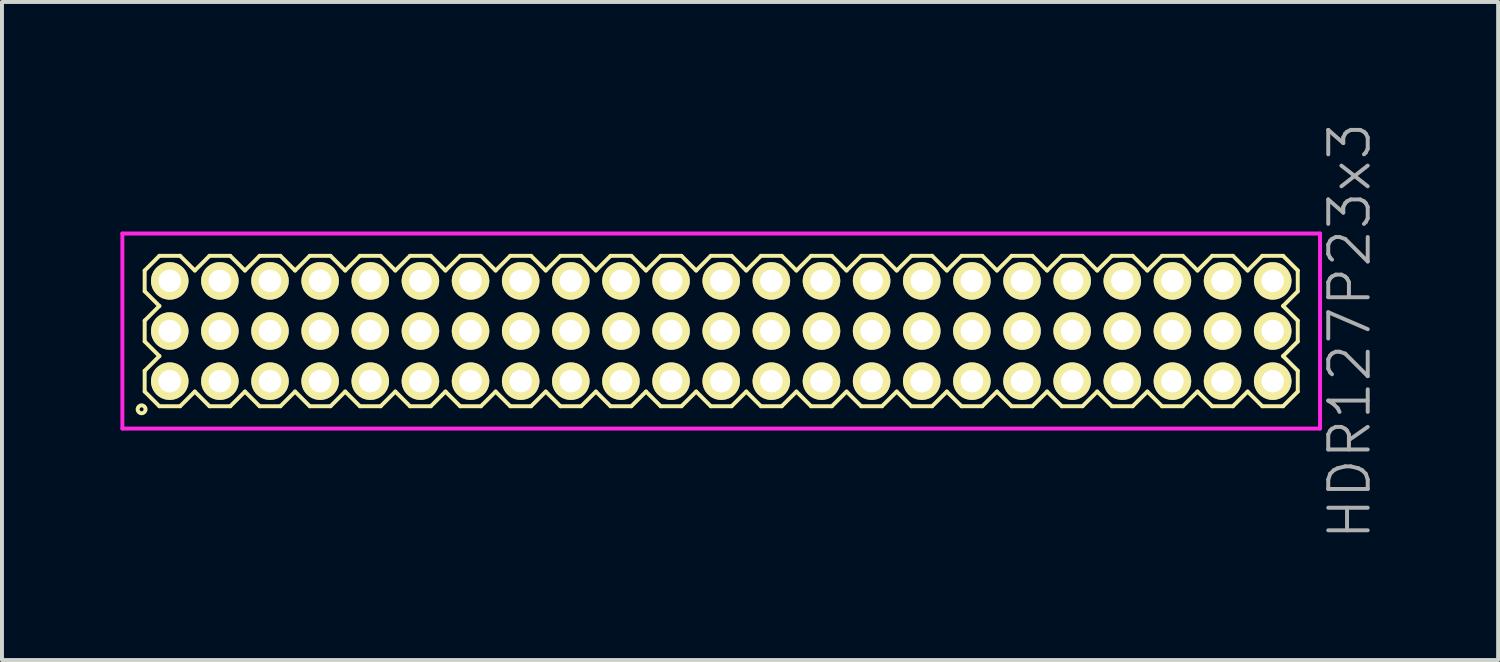
<source format=kicad_pcb>
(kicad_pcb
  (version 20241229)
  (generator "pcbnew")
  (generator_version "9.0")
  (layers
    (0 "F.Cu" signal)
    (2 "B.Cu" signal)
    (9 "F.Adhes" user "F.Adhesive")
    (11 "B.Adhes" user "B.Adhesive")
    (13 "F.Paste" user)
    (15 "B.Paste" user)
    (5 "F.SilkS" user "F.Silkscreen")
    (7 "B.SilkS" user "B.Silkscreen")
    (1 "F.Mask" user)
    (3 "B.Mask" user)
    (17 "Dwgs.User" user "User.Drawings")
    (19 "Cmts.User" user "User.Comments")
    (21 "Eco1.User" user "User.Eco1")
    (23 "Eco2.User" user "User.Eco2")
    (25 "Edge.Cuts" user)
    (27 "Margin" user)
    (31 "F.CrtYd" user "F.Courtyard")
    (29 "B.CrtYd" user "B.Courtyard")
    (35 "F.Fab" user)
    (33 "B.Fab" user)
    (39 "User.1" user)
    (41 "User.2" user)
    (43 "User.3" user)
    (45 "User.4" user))
  (footprint "HDR127P23x3"
    (layer "F.Cu")
    (at 15.22 5.336)
    (property "Reference" "HDR127P23x3" (at 15.92 0 90) (layer "F.Fab") (effects (font (size 1 1) (thickness 0.1))))
    (attr through_hole)
    (fp_line (start -14.605 -1.533) (end -14.233 -1.905) (stroke (width 0.1) (type solid)) (layer "F.SilkS"))
    (fp_line (start -14.605 -1.007) (end -14.605 -1.533) (stroke (width 0.1) (type solid)) (layer "F.SilkS"))
    (fp_line (start -14.605 -0.263) (end -14.233 -0.635) (stroke (width 0.1) (type solid)) (layer "F.SilkS"))
    (fp_line (start -14.605 0.263) (end -14.605 -0.263) (stroke (width 0.1) (type solid)) (layer "F.SilkS"))
    (fp_line (start -14.605 1.007) (end -14.233 0.635) (stroke (width 0.1) (type solid)) (layer "F.SilkS"))
    (fp_line (start -14.605 1.533) (end -14.605 1.007) (stroke (width 0.1) (type solid)) (layer "F.SilkS"))
    (fp_line (start -14.233 -1.905) (end -13.707 -1.905) (stroke (width 0.1) (type solid)) (layer "F.SilkS"))
    (fp_line (start -14.233 -0.635) (end -14.605 -1.007) (stroke (width 0.1) (type solid)) (layer "F.SilkS"))
    (fp_line (start -14.233 0.635) (end -14.605 0.263) (stroke (width 0.1) (type solid)) (layer "F.SilkS"))
    (fp_line (start -14.233 1.905) (end -14.605 1.533) (stroke (width 0.1) (type solid)) (layer "F.SilkS"))
    (fp_line (start -13.707 -1.905) (end -13.335 -1.533) (stroke (width 0.1) (type solid)) (layer "F.SilkS"))
    (fp_line (start -13.707 1.905) (end -14.233 1.905) (stroke (width 0.1) (type solid)) (layer "F.SilkS"))
    (fp_line (start -13.335 -1.533) (end -12.963 -1.905) (stroke (width 0.1) (type solid)) (layer "F.SilkS"))
    (fp_line (start -13.335 1.533) (end -13.707 1.905) (stroke (width 0.1) (type solid)) (layer "F.SilkS"))
    (fp_line (start -12.963 -1.905) (end -12.437 -1.905) (stroke (width 0.1) (type solid)) (layer "F.SilkS"))
    (fp_line (start -12.963 1.905) (end -13.335 1.533) (stroke (width 0.1) (type solid)) (layer "F.SilkS"))
    (fp_line (start -12.437 -1.905) (end -12.065 -1.533) (stroke (width 0.1) (type solid)) (layer "F.SilkS"))
    (fp_line (start -12.437 1.905) (end -12.963 1.905) (stroke (width 0.1) (type solid)) (layer "F.SilkS"))
    (fp_line (start -12.065 -1.533) (end -11.693 -1.905) (stroke (width 0.1) (type solid)) (layer "F.SilkS"))
    (fp_line (start -12.065 1.533) (end -12.437 1.905) (stroke (width 0.1) (type solid)) (layer "F.SilkS"))
    (fp_line (start -11.693 -1.905) (end -11.167 -1.905) (stroke (width 0.1) (type solid)) (layer "F.SilkS"))
    (fp_line (start -11.693 1.905) (end -12.065 1.533) (stroke (width 0.1) (type solid)) (layer "F.SilkS"))
    (fp_line (start -11.167 -1.905) (end -10.795 -1.533) (stroke (width 0.1) (type solid)) (layer "F.SilkS"))
    (fp_line (start -11.167 1.905) (end -11.693 1.905) (stroke (width 0.1) (type solid)) (layer "F.SilkS"))
    (fp_line (start -10.795 -1.533) (end -10.423 -1.905) (stroke (width 0.1) (type solid)) (layer "F.SilkS"))
    (fp_line (start -10.795 1.533) (end -11.167 1.905) (stroke (width 0.1) (type solid)) (layer "F.SilkS"))
    (fp_line (start -10.423 -1.905) (end -9.897 -1.905) (stroke (width 0.1) (type solid)) (layer "F.SilkS"))
    (fp_line (start -10.423 1.905) (end -10.795 1.533) (stroke (width 0.1) (type solid)) (layer "F.SilkS"))
    (fp_line (start -9.897 -1.905) (end -9.525 -1.533) (stroke (width 0.1) (type solid)) (layer "F.SilkS"))
    (fp_line (start -9.897 1.905) (end -10.423 1.905) (stroke (width 0.1) (type solid)) (layer "F.SilkS"))
    (fp_line (start -9.525 -1.533) (end -9.153 -1.905) (stroke (width 0.1) (type solid)) (layer "F.SilkS"))
    (fp_line (start -9.525 1.533) (end -9.897 1.905) (stroke (width 0.1) (type solid)) (layer "F.SilkS"))
    (fp_line (start -9.153 -1.905) (end -8.627 -1.905) (stroke (width 0.1) (type solid)) (layer "F.SilkS"))
    (fp_line (start -9.153 1.905) (end -9.525 1.533) (stroke (width 0.1) (type solid)) (layer "F.SilkS"))
    (fp_line (start -8.627 -1.905) (end -8.255 -1.533) (stroke (width 0.1) (type solid)) (layer "F.SilkS"))
    (fp_line (start -8.627 1.905) (end -9.153 1.905) (stroke (width 0.1) (type solid)) (layer "F.SilkS"))
    (fp_line (start -8.255 -1.533) (end -7.883 -1.905) (stroke (width 0.1) (type solid)) (layer "F.SilkS"))
    (fp_line (start -8.255 1.533) (end -8.627 1.905) (stroke (width 0.1) (type solid)) (layer "F.SilkS"))
    (fp_line (start -7.883 -1.905) (end -7.357 -1.905) (stroke (width 0.1) (type solid)) (layer "F.SilkS"))
    (fp_line (start -7.883 1.905) (end -8.255 1.533) (stroke (width 0.1) (type solid)) (layer "F.SilkS"))
    (fp_line (start -7.357 -1.905) (end -6.985 -1.533) (stroke (width 0.1) (type solid)) (layer "F.SilkS"))
    (fp_line (start -7.357 1.905) (end -7.883 1.905) (stroke (width 0.1) (type solid)) (layer "F.SilkS"))
    (fp_line (start -6.985 -1.533) (end -6.613 -1.905) (stroke (width 0.1) (type solid)) (layer "F.SilkS"))
    (fp_line (start -6.985 1.533) (end -7.357 1.905) (stroke (width 0.1) (type solid)) (layer "F.SilkS"))
    (fp_line (start -6.613 -1.905) (end -6.087 -1.905) (stroke (width 0.1) (type solid)) (layer "F.SilkS"))
    (fp_line (start -6.613 1.905) (end -6.985 1.533) (stroke (width 0.1) (type solid)) (layer "F.SilkS"))
    (fp_line (start -6.087 -1.905) (end -5.715 -1.533) (stroke (width 0.1) (type solid)) (layer "F.SilkS"))
    (fp_line (start -6.087 1.905) (end -6.613 1.905) (stroke (width 0.1) (type solid)) (layer "F.SilkS"))
    (fp_line (start -5.715 -1.533) (end -5.343 -1.905) (stroke (width 0.1) (type solid)) (layer "F.SilkS"))
    (fp_line (start -5.715 1.533) (end -6.087 1.905) (stroke (width 0.1) (type solid)) (layer "F.SilkS"))
    (fp_line (start -5.343 -1.905) (end -4.817 -1.905) (stroke (width 0.1) (type solid)) (layer "F.SilkS"))
    (fp_line (start -5.343 1.905) (end -5.715 1.533) (stroke (width 0.1) (type solid)) (layer "F.SilkS"))
    (fp_line (start -4.817 -1.905) (end -4.445 -1.533) (stroke (width 0.1) (type solid)) (layer "F.SilkS"))
    (fp_line (start -4.817 1.905) (end -5.343 1.905) (stroke (width 0.1) (type solid)) (layer "F.SilkS"))
    (fp_line (start -4.445 -1.533) (end -4.073 -1.905) (stroke (width 0.1) (type solid)) (layer "F.SilkS"))
    (fp_line (start -4.445 1.533) (end -4.817 1.905) (stroke (width 0.1) (type solid)) (layer "F.SilkS"))
    (fp_line (start -4.073 -1.905) (end -3.547 -1.905) (stroke (width 0.1) (type solid)) (layer "F.SilkS"))
    (fp_line (start -4.073 1.905) (end -4.445 1.533) (stroke (width 0.1) (type solid)) (layer "F.SilkS"))
    (fp_line (start -3.547 -1.905) (end -3.175 -1.533) (stroke (width 0.1) (type solid)) (layer "F.SilkS"))
    (fp_line (start -3.547 1.905) (end -4.073 1.905) (stroke (width 0.1) (type solid)) (layer "F.SilkS"))
    (fp_line (start -3.175 -1.533) (end -2.803 -1.905) (stroke (width 0.1) (type solid)) (layer "F.SilkS"))
    (fp_line (start -3.175 1.533) (end -3.547 1.905) (stroke (width 0.1) (type solid)) (layer "F.SilkS"))
    (fp_line (start -2.803 -1.905) (end -2.277 -1.905) (stroke (width 0.1) (type solid)) (layer "F.SilkS"))
    (fp_line (start -2.803 1.905) (end -3.175 1.533) (stroke (width 0.1) (type solid)) (layer "F.SilkS"))
    (fp_line (start -2.277 -1.905) (end -1.905 -1.533) (stroke (width 0.1) (type solid)) (layer "F.SilkS"))
    (fp_line (start -2.277 1.905) (end -2.803 1.905) (stroke (width 0.1) (type solid)) (layer "F.SilkS"))
    (fp_line (start -1.905 -1.533) (end -1.533 -1.905) (stroke (width 0.1) (type solid)) (layer "F.SilkS"))
    (fp_line (start -1.905 1.533) (end -2.277 1.905) (stroke (width 0.1) (type solid)) (layer "F.SilkS"))
    (fp_line (start -1.533 -1.905) (end -1.007 -1.905) (stroke (width 0.1) (type solid)) (layer "F.SilkS"))
    (fp_line (start -1.533 1.905) (end -1.905 1.533) (stroke (width 0.1) (type solid)) (layer "F.SilkS"))
    (fp_line (start -1.007 -1.905) (end -0.635 -1.533) (stroke (width 0.1) (type solid)) (layer "F.SilkS"))
    (fp_line (start -1.007 1.905) (end -1.533 1.905) (stroke (width 0.1) (type solid)) (layer "F.SilkS"))
    (fp_line (start -0.635 -1.533) (end -0.263 -1.905) (stroke (width 0.1) (type solid)) (layer "F.SilkS"))
    (fp_line (start -0.635 1.533) (end -1.007 1.905) (stroke (width 0.1) (type solid)) (layer "F.SilkS"))
    (fp_line (start -0.263 -1.905) (end 0.263 -1.905) (stroke (width 0.1) (type solid)) (layer "F.SilkS"))
    (fp_line (start -0.263 1.905) (end -0.635 1.533) (stroke (width 0.1) (type solid)) (layer "F.SilkS"))
    (fp_line (start 0.263 -1.905) (end 0.635 -1.533) (stroke (width 0.1) (type solid)) (layer "F.SilkS"))
    (fp_line (start 0.263 1.905) (end -0.263 1.905) (stroke (width 0.1) (type solid)) (layer "F.SilkS"))
    (fp_line (start 0.635 -1.533) (end 1.007 -1.905) (stroke (width 0.1) (type solid)) (layer "F.SilkS"))
    (fp_line (start 0.635 1.533) (end 0.263 1.905) (stroke (width 0.1) (type solid)) (layer "F.SilkS"))
    (fp_line (start 1.007 -1.905) (end 1.533 -1.905) (stroke (width 0.1) (type solid)) (layer "F.SilkS"))
    (fp_line (start 1.007 1.905) (end 0.635 1.533) (stroke (width 0.1) (type solid)) (layer "F.SilkS"))
    (fp_line (start 1.533 -1.905) (end 1.905 -1.533) (stroke (width 0.1) (type solid)) (layer "F.SilkS"))
    (fp_line (start 1.533 1.905) (end 1.007 1.905) (stroke (width 0.1) (type solid)) (layer "F.SilkS"))
    (fp_line (start 1.905 -1.533) (end 2.277 -1.905) (stroke (width 0.1) (type solid)) (layer "F.SilkS"))
    (fp_line (start 1.905 1.533) (end 1.533 1.905) (stroke (width 0.1) (type solid)) (layer "F.SilkS"))
    (fp_line (start 2.277 -1.905) (end 2.803 -1.905) (stroke (width 0.1) (type solid)) (layer "F.SilkS"))
    (fp_line (start 2.277 1.905) (end 1.905 1.533) (stroke (width 0.1) (type solid)) (layer "F.SilkS"))
    (fp_line (start 2.803 -1.905) (end 3.175 -1.533) (stroke (width 0.1) (type solid)) (layer "F.SilkS"))
    (fp_line (start 2.803 1.905) (end 2.277 1.905) (stroke (width 0.1) (type solid)) (layer "F.SilkS"))
    (fp_line (start 3.175 -1.533) (end 3.547 -1.905) (stroke (width 0.1) (type solid)) (layer "F.SilkS"))
    (fp_line (start 3.175 1.533) (end 2.803 1.905) (stroke (width 0.1) (type solid)) (layer "F.SilkS"))
    (fp_line (start 3.547 -1.905) (end 4.073 -1.905) (stroke (width 0.1) (type solid)) (layer "F.SilkS"))
    (fp_line (start 3.547 1.905) (end 3.175 1.533) (stroke (width 0.1) (type solid)) (layer "F.SilkS"))
    (fp_line (start 4.073 -1.905) (end 4.445 -1.533) (stroke (width 0.1) (type solid)) (layer "F.SilkS"))
    (fp_line (start 4.073 1.905) (end 3.547 1.905) (stroke (width 0.1) (type solid)) (layer "F.SilkS"))
    (fp_line (start 4.445 -1.533) (end 4.817 -1.905) (stroke (width 0.1) (type solid)) (layer "F.SilkS"))
    (fp_line (start 4.445 1.533) (end 4.073 1.905) (stroke (width 0.1) (type solid)) (layer "F.SilkS"))
    (fp_line (start 4.817 -1.905) (end 5.343 -1.905) (stroke (width 0.1) (type solid)) (layer "F.SilkS"))
    (fp_line (start 4.817 1.905) (end 4.445 1.533) (stroke (width 0.1) (type solid)) (layer "F.SilkS"))
    (fp_line (start 5.343 -1.905) (end 5.715 -1.533) (stroke (width 0.1) (type solid)) (layer "F.SilkS"))
    (fp_line (start 5.343 1.905) (end 4.817 1.905) (stroke (width 0.1) (type solid)) (layer "F.SilkS"))
    (fp_line (start 5.715 -1.533) (end 6.087 -1.905) (stroke (width 0.1) (type solid)) (layer "F.SilkS"))
    (fp_line (start 5.715 1.533) (end 5.343 1.905) (stroke (width 0.1) (type solid)) (layer "F.SilkS"))
    (fp_line (start 6.087 -1.905) (end 6.613 -1.905) (stroke (width 0.1) (type solid)) (layer "F.SilkS"))
    (fp_line (start 6.087 1.905) (end 5.715 1.533) (stroke (width 0.1) (type solid)) (layer "F.SilkS"))
    (fp_line (start 6.613 -1.905) (end 6.985 -1.533) (stroke (width 0.1) (type solid)) (layer "F.SilkS"))
    (fp_line (start 6.613 1.905) (end 6.087 1.905) (stroke (width 0.1) (type solid)) (layer "F.SilkS"))
    (fp_line (start 6.985 -1.533) (end 7.357 -1.905) (stroke (width 0.1) (type solid)) (layer "F.SilkS"))
    (fp_line (start 6.985 1.533) (end 6.613 1.905) (stroke (width 0.1) (type solid)) (layer "F.SilkS"))
    (fp_line (start 7.357 -1.905) (end 7.883 -1.905) (stroke (width 0.1) (type solid)) (layer "F.SilkS"))
    (fp_line (start 7.357 1.905) (end 6.985 1.533) (stroke (width 0.1) (type solid)) (layer "F.SilkS"))
    (fp_line (start 7.883 -1.905) (end 8.255 -1.533) (stroke (width 0.1) (type solid)) (layer "F.SilkS"))
    (fp_line (start 7.883 1.905) (end 7.357 1.905) (stroke (width 0.1) (type solid)) (layer "F.SilkS"))
    (fp_line (start 8.255 -1.533) (end 8.627 -1.905) (stroke (width 0.1) (type solid)) (layer "F.SilkS"))
    (fp_line (start 8.255 1.533) (end 7.883 1.905) (stroke (width 0.1) (type solid)) (layer "F.SilkS"))
    (fp_line (start 8.627 -1.905) (end 9.153 -1.905) (stroke (width 0.1) (type solid)) (layer "F.SilkS"))
    (fp_line (start 8.627 1.905) (end 8.255 1.533) (stroke (width 0.1) (type solid)) (layer "F.SilkS"))
    (fp_line (start 9.153 -1.905) (end 9.525 -1.533) (stroke (width 0.1) (type solid)) (layer "F.SilkS"))
    (fp_line (start 9.153 1.905) (end 8.627 1.905) (stroke (width 0.1) (type solid)) (layer "F.SilkS"))
    (fp_line (start 9.525 -1.533) (end 9.897 -1.905) (stroke (width 0.1) (type solid)) (layer "F.SilkS"))
    (fp_line (start 9.525 1.533) (end 9.153 1.905) (stroke (width 0.1) (type solid)) (layer "F.SilkS"))
    (fp_line (start 9.897 -1.905) (end 10.423 -1.905) (stroke (width 0.1) (type solid)) (layer "F.SilkS"))
    (fp_line (start 9.897 1.905) (end 9.525 1.533) (stroke (width 0.1) (type solid)) (layer "F.SilkS"))
    (fp_line (start 10.423 -1.905) (end 10.795 -1.533) (stroke (width 0.1) (type solid)) (layer "F.SilkS"))
    (fp_line (start 10.423 1.905) (end 9.897 1.905) (stroke (width 0.1) (type solid)) (layer "F.SilkS"))
    (fp_line (start 10.795 -1.533) (end 11.167 -1.905) (stroke (width 0.1) (type solid)) (layer "F.SilkS"))
    (fp_line (start 10.795 1.533) (end 10.423 1.905) (stroke (width 0.1) (type solid)) (layer "F.SilkS"))
    (fp_line (start 11.167 -1.905) (end 11.693 -1.905) (stroke (width 0.1) (type solid)) (layer "F.SilkS"))
    (fp_line (start 11.167 1.905) (end 10.795 1.533) (stroke (width 0.1) (type solid)) (layer "F.SilkS"))
    (fp_line (start 11.693 -1.905) (end 12.065 -1.533) (stroke (width 0.1) (type solid)) (layer "F.SilkS"))
    (fp_line (start 11.693 1.905) (end 11.167 1.905) (stroke (width 0.1) (type solid)) (layer "F.SilkS"))
    (fp_line (start 12.065 -1.533) (end 12.437 -1.905) (stroke (width 0.1) (type solid)) (layer "F.SilkS"))
    (fp_line (start 12.065 1.533) (end 11.693 1.905) (stroke (width 0.1) (type solid)) (layer "F.SilkS"))
    (fp_line (start 12.437 -1.905) (end 12.963 -1.905) (stroke (width 0.1) (type solid)) (layer "F.SilkS"))
    (fp_line (start 12.437 1.905) (end 12.065 1.533) (stroke (width 0.1) (type solid)) (layer "F.SilkS"))
    (fp_line (start 12.963 -1.905) (end 13.335 -1.533) (stroke (width 0.1) (type solid)) (layer "F.SilkS"))
    (fp_line (start 12.963 1.905) (end 12.437 1.905) (stroke (width 0.1) (type solid)) (layer "F.SilkS"))
    (fp_line (start 13.335 -1.533) (end 13.707 -1.905) (stroke (width 0.1) (type solid)) (layer "F.SilkS"))
    (fp_line (start 13.335 1.533) (end 12.963 1.905) (stroke (width 0.1) (type solid)) (layer "F.SilkS"))
    (fp_line (start 13.707 -1.905) (end 14.233 -1.905) (stroke (width 0.1) (type solid)) (layer "F.SilkS"))
    (fp_line (start 13.707 1.905) (end 13.335 1.533) (stroke (width 0.1) (type solid)) (layer "F.SilkS"))
    (fp_line (start 14.233 -1.905) (end 14.605 -1.533) (stroke (width 0.1) (type solid)) (layer "F.SilkS"))
    (fp_line (start 14.233 -0.635) (end 14.605 -0.263) (stroke (width 0.1) (type solid)) (layer "F.SilkS"))
    (fp_line (start 14.233 0.635) (end 14.605 1.007) (stroke (width 0.1) (type solid)) (layer "F.SilkS"))
    (fp_line (start 14.233 1.905) (end 13.707 1.905) (stroke (width 0.1) (type solid)) (layer "F.SilkS"))
    (fp_line (start 14.605 -1.533) (end 14.605 -1.007) (stroke (width 0.1) (type solid)) (layer "F.SilkS"))
    (fp_line (start 14.605 -1.007) (end 14.233 -0.635) (stroke (width 0.1) (type solid)) (layer "F.SilkS"))
    (fp_line (start 14.605 -0.263) (end 14.605 0.263) (stroke (width 0.1) (type solid)) (layer "F.SilkS"))
    (fp_line (start 14.605 0.263) (end 14.233 0.635) (stroke (width 0.1) (type solid)) (layer "F.SilkS"))
    (fp_line (start 14.605 1.007) (end 14.605 1.533) (stroke (width 0.1) (type solid)) (layer "F.SilkS"))
    (fp_line (start 14.605 1.533) (end 14.233 1.905) (stroke (width 0.1) (type solid)) (layer "F.SilkS"))
    (fp_circle (center -14.683 1.983) (end -14.583 1.983) (stroke (width 0.1) (type solid)) (fill no) (layer "F.SilkS"))
    (fp_line (start -15.17 -2.47) (end -15.17 2.47) (stroke (width 0.1) (type solid)) (layer "F.CrtYd"))
    (fp_line (start -15.17 2.47) (end 15.17 2.47) (stroke (width 0.1) (type solid)) (layer "F.CrtYd"))
    (fp_line (start 15.17 -2.47) (end -15.17 -2.47) (stroke (width 0.1) (type solid)) (layer "F.CrtYd"))
    (fp_line (start 15.17 2.47) (end 15.17 -2.47) (stroke (width 0.1) (type solid)) (layer "F.CrtYd"))
    (pad "1" thru_hole oval (at -13.97 1.27) (size 0.95 0.95) (drill 0.57) (layers "*.Cu" "*.Mask" "F.SilkS"))
    (pad "2" thru_hole oval (at -13.97 0) (size 0.95 0.95) (drill 0.57) (layers "*.Cu" "*.Mask" "F.SilkS"))
    (pad "3" thru_hole oval (at -13.97 -1.27) (size 0.95 0.95) (drill 0.57) (layers "*.Cu" "*.Mask" "F.SilkS"))
    (pad "4" thru_hole oval (at -12.7 1.27) (size 0.95 0.95) (drill 0.57) (layers "*.Cu" "*.Mask" "F.SilkS"))
    (pad "5" thru_hole oval (at -12.7 0) (size 0.95 0.95) (drill 0.57) (layers "*.Cu" "*.Mask" "F.SilkS"))
    (pad "6" thru_hole oval (at -12.7 -1.27) (size 0.95 0.95) (drill 0.57) (layers "*.Cu" "*.Mask" "F.SilkS"))
    (pad "7" thru_hole oval (at -11.43 1.27) (size 0.95 0.95) (drill 0.57) (layers "*.Cu" "*.Mask" "F.SilkS"))
    (pad "8" thru_hole oval (at -11.43 0) (size 0.95 0.95) (drill 0.57) (layers "*.Cu" "*.Mask" "F.SilkS"))
    (pad "9" thru_hole oval (at -11.43 -1.27) (size 0.95 0.95) (drill 0.57) (layers "*.Cu" "*.Mask" "F.SilkS"))
    (pad "10" thru_hole oval (at -10.16 1.27) (size 0.95 0.95) (drill 0.57) (layers "*.Cu" "*.Mask" "F.SilkS"))
    (pad "11" thru_hole oval (at -10.16 0) (size 0.95 0.95) (drill 0.57) (layers "*.Cu" "*.Mask" "F.SilkS"))
    (pad "12" thru_hole oval (at -10.16 -1.27) (size 0.95 0.95) (drill 0.57) (layers "*.Cu" "*.Mask" "F.SilkS"))
    (pad "13" thru_hole oval (at -8.89 1.27) (size 0.95 0.95) (drill 0.57) (layers "*.Cu" "*.Mask" "F.SilkS"))
    (pad "14" thru_hole oval (at -8.89 0) (size 0.95 0.95) (drill 0.57) (layers "*.Cu" "*.Mask" "F.SilkS"))
    (pad "15" thru_hole oval (at -8.89 -1.27) (size 0.95 0.95) (drill 0.57) (layers "*.Cu" "*.Mask" "F.SilkS"))
    (pad "16" thru_hole oval (at -7.62 1.27) (size 0.95 0.95) (drill 0.57) (layers "*.Cu" "*.Mask" "F.SilkS"))
    (pad "17" thru_hole oval (at -7.62 0) (size 0.95 0.95) (drill 0.57) (layers "*.Cu" "*.Mask" "F.SilkS"))
    (pad "18" thru_hole oval (at -7.62 -1.27) (size 0.95 0.95) (drill 0.57) (layers "*.Cu" "*.Mask" "F.SilkS"))
    (pad "19" thru_hole oval (at -6.35 1.27) (size 0.95 0.95) (drill 0.57) (layers "*.Cu" "*.Mask" "F.SilkS"))
    (pad "20" thru_hole oval (at -6.35 0) (size 0.95 0.95) (drill 0.57) (layers "*.Cu" "*.Mask" "F.SilkS"))
    (pad "21" thru_hole oval (at -6.35 -1.27) (size 0.95 0.95) (drill 0.57) (layers "*.Cu" "*.Mask" "F.SilkS"))
    (pad "22" thru_hole oval (at -5.08 1.27) (size 0.95 0.95) (drill 0.57) (layers "*.Cu" "*.Mask" "F.SilkS"))
    (pad "23" thru_hole oval (at -5.08 0) (size 0.95 0.95) (drill 0.57) (layers "*.Cu" "*.Mask" "F.SilkS"))
    (pad "24" thru_hole oval (at -5.08 -1.27) (size 0.95 0.95) (drill 0.57) (layers "*.Cu" "*.Mask" "F.SilkS"))
    (pad "25" thru_hole oval (at -3.81 1.27) (size 0.95 0.95) (drill 0.57) (layers "*.Cu" "*.Mask" "F.SilkS"))
    (pad "26" thru_hole oval (at -3.81 0) (size 0.95 0.95) (drill 0.57) (layers "*.Cu" "*.Mask" "F.SilkS"))
    (pad "27" thru_hole oval (at -3.81 -1.27) (size 0.95 0.95) (drill 0.57) (layers "*.Cu" "*.Mask" "F.SilkS"))
    (pad "28" thru_hole oval (at -2.54 1.27) (size 0.95 0.95) (drill 0.57) (layers "*.Cu" "*.Mask" "F.SilkS"))
    (pad "29" thru_hole oval (at -2.54 0) (size 0.95 0.95) (drill 0.57) (layers "*.Cu" "*.Mask" "F.SilkS"))
    (pad "30" thru_hole oval (at -2.54 -1.27) (size 0.95 0.95) (drill 0.57) (layers "*.Cu" "*.Mask" "F.SilkS"))
    (pad "31" thru_hole oval (at -1.27 1.27) (size 0.95 0.95) (drill 0.57) (layers "*.Cu" "*.Mask" "F.SilkS"))
    (pad "32" thru_hole oval (at -1.27 0) (size 0.95 0.95) (drill 0.57) (layers "*.Cu" "*.Mask" "F.SilkS"))
    (pad "33" thru_hole oval (at -1.27 -1.27) (size 0.95 0.95) (drill 0.57) (layers "*.Cu" "*.Mask" "F.SilkS"))
    (pad "34" thru_hole oval (at 0 1.27) (size 0.95 0.95) (drill 0.57) (layers "*.Cu" "*.Mask" "F.SilkS"))
    (pad "35" thru_hole oval (at 0 0) (size 0.95 0.95) (drill 0.57) (layers "*.Cu" "*.Mask" "F.SilkS"))
    (pad "36" thru_hole oval (at 0 -1.27) (size 0.95 0.95) (drill 0.57) (layers "*.Cu" "*.Mask" "F.SilkS"))
    (pad "37" thru_hole oval (at 1.27 1.27) (size 0.95 0.95) (drill 0.57) (layers "*.Cu" "*.Mask" "F.SilkS"))
    (pad "38" thru_hole oval (at 1.27 0) (size 0.95 0.95) (drill 0.57) (layers "*.Cu" "*.Mask" "F.SilkS"))
    (pad "39" thru_hole oval (at 1.27 -1.27) (size 0.95 0.95) (drill 0.57) (layers "*.Cu" "*.Mask" "F.SilkS"))
    (pad "40" thru_hole oval (at 2.54 1.27) (size 0.95 0.95) (drill 0.57) (layers "*.Cu" "*.Mask" "F.SilkS"))
    (pad "41" thru_hole oval (at 2.54 0) (size 0.95 0.95) (drill 0.57) (layers "*.Cu" "*.Mask" "F.SilkS"))
    (pad "42" thru_hole oval (at 2.54 -1.27) (size 0.95 0.95) (drill 0.57) (layers "*.Cu" "*.Mask" "F.SilkS"))
    (pad "43" thru_hole oval (at 3.81 1.27) (size 0.95 0.95) (drill 0.57) (layers "*.Cu" "*.Mask" "F.SilkS"))
    (pad "44" thru_hole oval (at 3.81 0) (size 0.95 0.95) (drill 0.57) (layers "*.Cu" "*.Mask" "F.SilkS"))
    (pad "45" thru_hole oval (at 3.81 -1.27) (size 0.95 0.95) (drill 0.57) (layers "*.Cu" "*.Mask" "F.SilkS"))
    (pad "46" thru_hole oval (at 5.08 1.27) (size 0.95 0.95) (drill 0.57) (layers "*.Cu" "*.Mask" "F.SilkS"))
    (pad "47" thru_hole oval (at 5.08 0) (size 0.95 0.95) (drill 0.57) (layers "*.Cu" "*.Mask" "F.SilkS"))
    (pad "48" thru_hole oval (at 5.08 -1.27) (size 0.95 0.95) (drill 0.57) (layers "*.Cu" "*.Mask" "F.SilkS"))
    (pad "49" thru_hole oval (at 6.35 1.27) (size 0.95 0.95) (drill 0.57) (layers "*.Cu" "*.Mask" "F.SilkS"))
    (pad "50" thru_hole oval (at 6.35 0) (size 0.95 0.95) (drill 0.57) (layers "*.Cu" "*.Mask" "F.SilkS"))
    (pad "51" thru_hole oval (at 6.35 -1.27) (size 0.95 0.95) (drill 0.57) (layers "*.Cu" "*.Mask" "F.SilkS"))
    (pad "52" thru_hole oval (at 7.62 1.27) (size 0.95 0.95) (drill 0.57) (layers "*.Cu" "*.Mask" "F.SilkS"))
    (pad "53" thru_hole oval (at 7.62 0) (size 0.95 0.95) (drill 0.57) (layers "*.Cu" "*.Mask" "F.SilkS"))
    (pad "54" thru_hole oval (at 7.62 -1.27) (size 0.95 0.95) (drill 0.57) (layers "*.Cu" "*.Mask" "F.SilkS"))
    (pad "55" thru_hole oval (at 8.89 1.27) (size 0.95 0.95) (drill 0.57) (layers "*.Cu" "*.Mask" "F.SilkS"))
    (pad "56" thru_hole oval (at 8.89 0) (size 0.95 0.95) (drill 0.57) (layers "*.Cu" "*.Mask" "F.SilkS"))
    (pad "57" thru_hole oval (at 8.89 -1.27) (size 0.95 0.95) (drill 0.57) (layers "*.Cu" "*.Mask" "F.SilkS"))
    (pad "58" thru_hole oval (at 10.16 1.27) (size 0.95 0.95) (drill 0.57) (layers "*.Cu" "*.Mask" "F.SilkS"))
    (pad "59" thru_hole oval (at 10.16 0) (size 0.95 0.95) (drill 0.57) (layers "*.Cu" "*.Mask" "F.SilkS"))
    (pad "60" thru_hole oval (at 10.16 -1.27) (size 0.95 0.95) (drill 0.57) (layers "*.Cu" "*.Mask" "F.SilkS"))
    (pad "61" thru_hole oval (at 11.43 1.27) (size 0.95 0.95) (drill 0.57) (layers "*.Cu" "*.Mask" "F.SilkS"))
    (pad "62" thru_hole oval (at 11.43 0) (size 0.95 0.95) (drill 0.57) (layers "*.Cu" "*.Mask" "F.SilkS"))
    (pad "63" thru_hole oval (at 11.43 -1.27) (size 0.95 0.95) (drill 0.57) (layers "*.Cu" "*.Mask" "F.SilkS"))
    (pad "64" thru_hole oval (at 12.7 1.27) (size 0.95 0.95) (drill 0.57) (layers "*.Cu" "*.Mask" "F.SilkS"))
    (pad "65" thru_hole oval (at 12.7 0) (size 0.95 0.95) (drill 0.57) (layers "*.Cu" "*.Mask" "F.SilkS"))
    (pad "66" thru_hole oval (at 12.7 -1.27) (size 0.95 0.95) (drill 0.57) (layers "*.Cu" "*.Mask" "F.SilkS"))
    (pad "67" thru_hole oval (at 13.97 1.27) (size 0.95 0.95) (drill 0.57) (layers "*.Cu" "*.Mask" "F.SilkS"))
    (pad "68" thru_hole oval (at 13.97 0) (size 0.95 0.95) (drill 0.57) (layers "*.Cu" "*.Mask" "F.SilkS"))
    (pad "69" thru_hole oval (at 13.97 -1.27) (size 0.95 0.95) (drill 0.57) (layers "*.Cu" "*.Mask" "F.SilkS")))
  (gr_rect
    (start -3 -3)
    (end 34.901 13.671)
    (stroke (width 0.1) (type default))
    (fill no)
    (layer "Edge.Cuts")))
</source>
